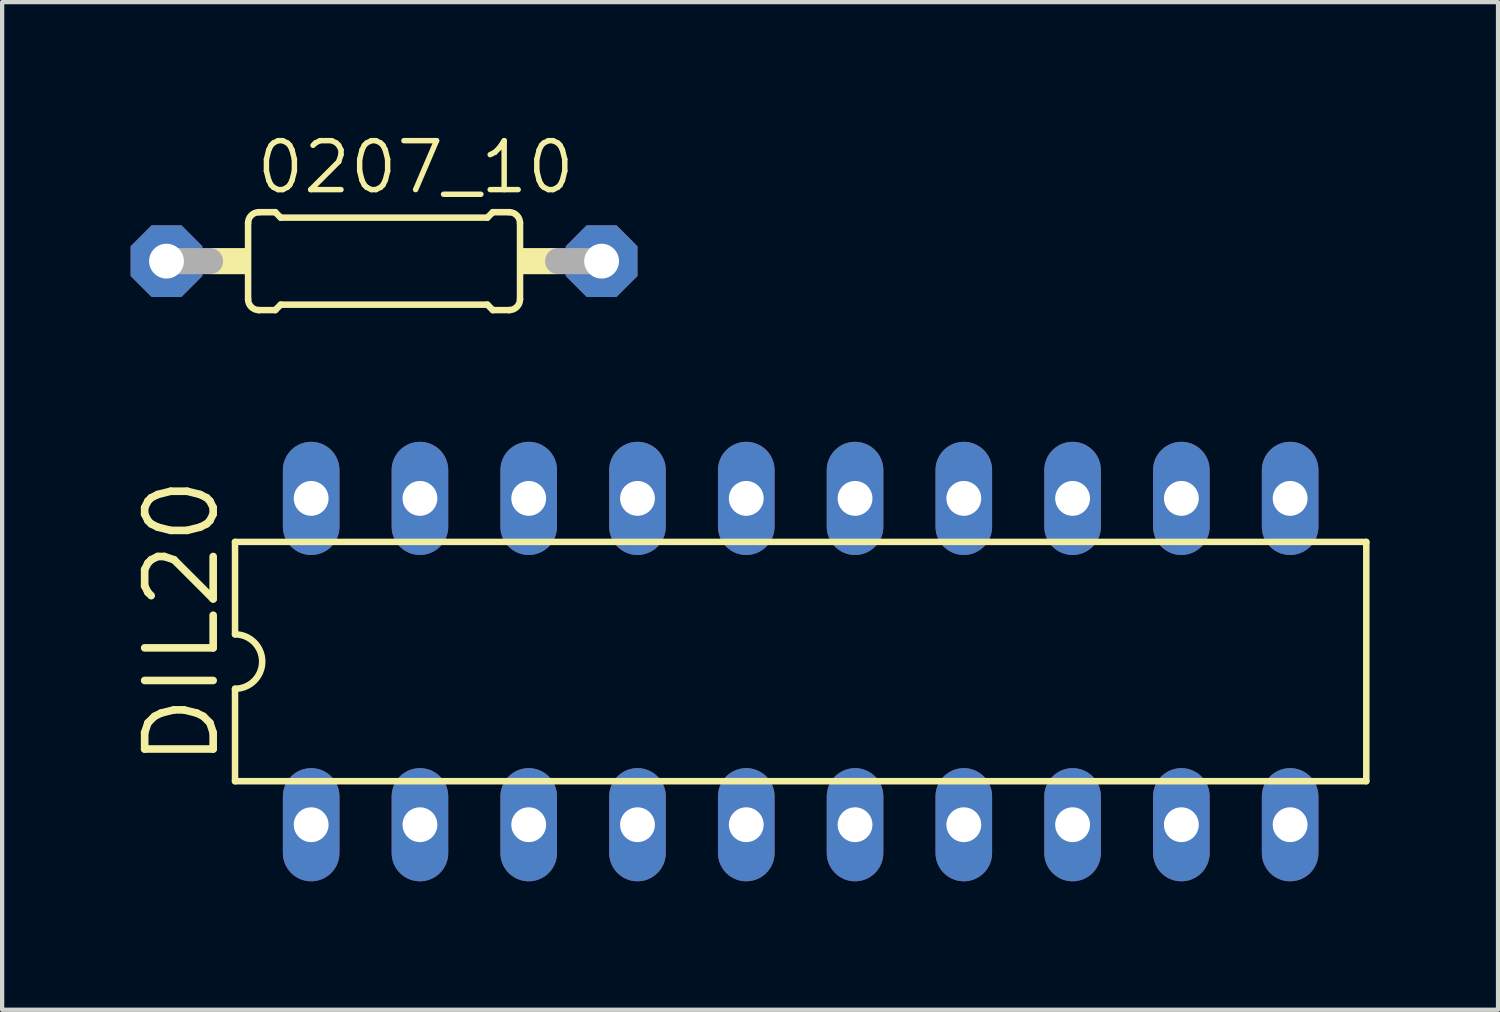
<source format=kicad_pcb>
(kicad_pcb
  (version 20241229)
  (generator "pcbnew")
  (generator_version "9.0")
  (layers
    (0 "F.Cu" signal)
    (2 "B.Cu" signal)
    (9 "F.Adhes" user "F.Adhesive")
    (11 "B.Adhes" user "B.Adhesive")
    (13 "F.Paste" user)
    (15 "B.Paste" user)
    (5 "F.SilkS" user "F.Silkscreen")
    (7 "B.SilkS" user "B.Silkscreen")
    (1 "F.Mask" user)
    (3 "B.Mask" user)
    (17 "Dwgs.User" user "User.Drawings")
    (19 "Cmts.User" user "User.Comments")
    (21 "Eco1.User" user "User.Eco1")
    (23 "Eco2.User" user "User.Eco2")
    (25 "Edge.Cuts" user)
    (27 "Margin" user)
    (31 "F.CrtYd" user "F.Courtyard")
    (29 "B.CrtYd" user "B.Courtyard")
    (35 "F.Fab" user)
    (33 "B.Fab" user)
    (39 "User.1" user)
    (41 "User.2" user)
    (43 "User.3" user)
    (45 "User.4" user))
  (footprint "0207_10"
    (layer "F.Cu")
    (at 5.918 3.048)
    (property "Reference" "0207_10" (at -3.048 -1.524 0) (layer "F.SilkS") (effects (font (size 1.143 1.143) (thickness 0.127)) (justify left bottom)))
    (fp_line (start -3.175 0.889) (end -3.175 -0.889) (stroke (width 0.152) (type solid)) (layer "F.SilkS"))
    (fp_line (start -2.921 -1.143) (end -2.54 -1.143) (stroke (width 0.152) (type solid)) (layer "F.SilkS"))
    (fp_line (start -2.921 1.143) (end -2.54 1.143) (stroke (width 0.152) (type solid)) (layer "F.SilkS"))
    (fp_line (start -2.413 -1.016) (end -2.54 -1.143) (stroke (width 0.152) (type solid)) (layer "F.SilkS"))
    (fp_line (start -2.413 1.016) (end -2.54 1.143) (stroke (width 0.152) (type solid)) (layer "F.SilkS"))
    (fp_line (start 2.413 -1.016) (end -2.413 -1.016) (stroke (width 0.152) (type solid)) (layer "F.SilkS"))
    (fp_line (start 2.413 -1.016) (end 2.54 -1.143) (stroke (width 0.152) (type solid)) (layer "F.SilkS"))
    (fp_line (start 2.413 1.016) (end -2.413 1.016) (stroke (width 0.152) (type solid)) (layer "F.SilkS"))
    (fp_line (start 2.413 1.016) (end 2.54 1.143) (stroke (width 0.152) (type solid)) (layer "F.SilkS"))
    (fp_line (start 2.921 -1.143) (end 2.54 -1.143) (stroke (width 0.152) (type solid)) (layer "F.SilkS"))
    (fp_line (start 2.921 1.143) (end 2.54 1.143) (stroke (width 0.152) (type solid)) (layer "F.SilkS"))
    (fp_line (start 3.175 0.889) (end 3.175 -0.889) (stroke (width 0.152) (type solid)) (layer "F.SilkS"))
    (fp_arc (start -3.175 -0.889) (mid -3.100605 -1.068605) (end -2.921 -1.143) (stroke (width 0.1524) (type solid)) (layer "F.SilkS"))
    (fp_arc (start -2.921 1.143) (mid -3.100605 1.068605) (end -3.175 0.889) (stroke (width 0.1524) (type solid)) (layer "F.SilkS"))
    (fp_arc (start 2.921 -1.143) (mid 3.100605 -1.068605) (end 3.175 -0.889) (stroke (width 0.1524) (type solid)) (layer "F.SilkS"))
    (fp_arc (start 3.175 0.889) (mid 3.100605 1.068605) (end 2.921 1.143) (stroke (width 0.1524) (type solid)) (layer "F.SilkS"))
    (fp_poly (pts (xy -4.039 0.305) (xy -3.175 0.305) (xy -3.175 -0.305) (xy -4.039 -0.305)) (stroke (width 0) (type default)) (fill yes) (layer "F.SilkS"))
    (fp_poly (pts (xy 3.175 0.305) (xy 4.039 0.305) (xy 4.039 -0.305) (xy 3.175 -0.305)) (stroke (width 0) (type default)) (fill yes) (layer "F.SilkS"))
    (fp_line (start -5.08 0) (end -4.064 0) (stroke (width 0.61) (type solid)) (layer "F.Fab"))
    (fp_line (start 5.08 0) (end 4.064 0) (stroke (width 0.61) (type solid)) (layer "F.Fab"))
    (pad "1" thru_hole roundrect (at -5.08 0) (size 1.676 1.676) (drill 0.813) (layers "*.Cu" "*.Mask") (roundrect_rratio 0.25) (chamfer_ratio 0.293) (chamfer top_left top_right bottom_left bottom_right))
    (pad "2" thru_hole roundrect (at 5.08 0) (size 1.676 1.676) (drill 0.813) (layers "*.Cu" "*.Mask") (roundrect_rratio 0.25) (chamfer_ratio 0.293) (chamfer top_left top_right bottom_left bottom_right)))
  (footprint "DIL20"
    (layer "F.Cu")
    (at 15.646 12.398)
    (property "Reference" "DIL20" (at -13.513 2.54 90) (layer "F.SilkS") (effects (font (size 1.6 1.6) (thickness 0.178)) (justify left bottom)))
    (fp_line (start -13.208 -2.794) (end -13.208 -0.635) (stroke (width 0.152) (type solid)) (layer "F.SilkS"))
    (fp_line (start -13.208 -2.794) (end 13.208 -2.794) (stroke (width 0.152) (type solid)) (layer "F.SilkS"))
    (fp_line (start -13.208 0.635) (end -13.208 2.794) (stroke (width 0.152) (type solid)) (layer "F.SilkS"))
    (fp_line (start 13.208 2.794) (end -13.208 2.794) (stroke (width 0.152) (type solid)) (layer "F.SilkS"))
    (fp_line (start 13.208 2.794) (end 13.208 -2.794) (stroke (width 0.152) (type solid)) (layer "F.SilkS"))
    (fp_arc (start -13.208 -0.635) (mid -12.573 0) (end -13.208 0.635) (stroke (width 0.1524) (type solid)) (layer "F.SilkS"))
    (pad "1" thru_hole oval (at -11.43 3.81 90) (size 2.642 1.321) (drill 0.813) (layers "*.Cu" "*.Mask"))
    (pad "2" thru_hole oval (at -8.89 3.81 90) (size 2.642 1.321) (drill 0.813) (layers "*.Cu" "*.Mask"))
    (pad "3" thru_hole oval (at -6.35 3.81 90) (size 2.642 1.321) (drill 0.813) (layers "*.Cu" "*.Mask"))
    (pad "4" thru_hole oval (at -3.81 3.81 90) (size 2.642 1.321) (drill 0.813) (layers "*.Cu" "*.Mask"))
    (pad "5" thru_hole oval (at -1.27 3.81 90) (size 2.642 1.321) (drill 0.813) (layers "*.Cu" "*.Mask"))
    (pad "6" thru_hole oval (at 1.27 3.81 90) (size 2.642 1.321) (drill 0.813) (layers "*.Cu" "*.Mask"))
    (pad "7" thru_hole oval (at 3.81 3.81 90) (size 2.642 1.321) (drill 0.813) (layers "*.Cu" "*.Mask"))
    (pad "8" thru_hole oval (at 6.35 3.81 90) (size 2.642 1.321) (drill 0.813) (layers "*.Cu" "*.Mask"))
    (pad "9" thru_hole oval (at 8.89 3.81 90) (size 2.642 1.321) (drill 0.813) (layers "*.Cu" "*.Mask"))
    (pad "10" thru_hole oval (at 11.43 3.81 90) (size 2.642 1.321) (drill 0.813) (layers "*.Cu" "*.Mask"))
    (pad "11" thru_hole oval (at 11.43 -3.81 90) (size 2.642 1.321) (drill 0.813) (layers "*.Cu" "*.Mask"))
    (pad "12" thru_hole oval (at 8.89 -3.81 90) (size 2.642 1.321) (drill 0.813) (layers "*.Cu" "*.Mask"))
    (pad "13" thru_hole oval (at 6.35 -3.81 90) (size 2.642 1.321) (drill 0.813) (layers "*.Cu" "*.Mask"))
    (pad "14" thru_hole oval (at 3.81 -3.81 90) (size 2.642 1.321) (drill 0.813) (layers "*.Cu" "*.Mask"))
    (pad "15" thru_hole oval (at 1.27 -3.81 90) (size 2.642 1.321) (drill 0.813) (layers "*.Cu" "*.Mask"))
    (pad "16" thru_hole oval (at -1.27 -3.81 90) (size 2.642 1.321) (drill 0.813) (layers "*.Cu" "*.Mask"))
    (pad "17" thru_hole oval (at -3.81 -3.81 90) (size 2.642 1.321) (drill 0.813) (layers "*.Cu" "*.Mask"))
    (pad "18" thru_hole oval (at -6.35 -3.81 90) (size 2.642 1.321) (drill 0.813) (layers "*.Cu" "*.Mask"))
    (pad "19" thru_hole oval (at -8.89 -3.81 90) (size 2.642 1.321) (drill 0.813) (layers "*.Cu" "*.Mask"))
    (pad "20" thru_hole oval (at -11.43 -3.81 90) (size 2.642 1.321) (drill 0.813) (layers "*.Cu" "*.Mask")))
  (gr_rect
    (start -3 -3)
    (end 31.931 20.529)
    (stroke (width 0.1) (type default))
    (fill no)
    (layer "Edge.Cuts")))
</source>
